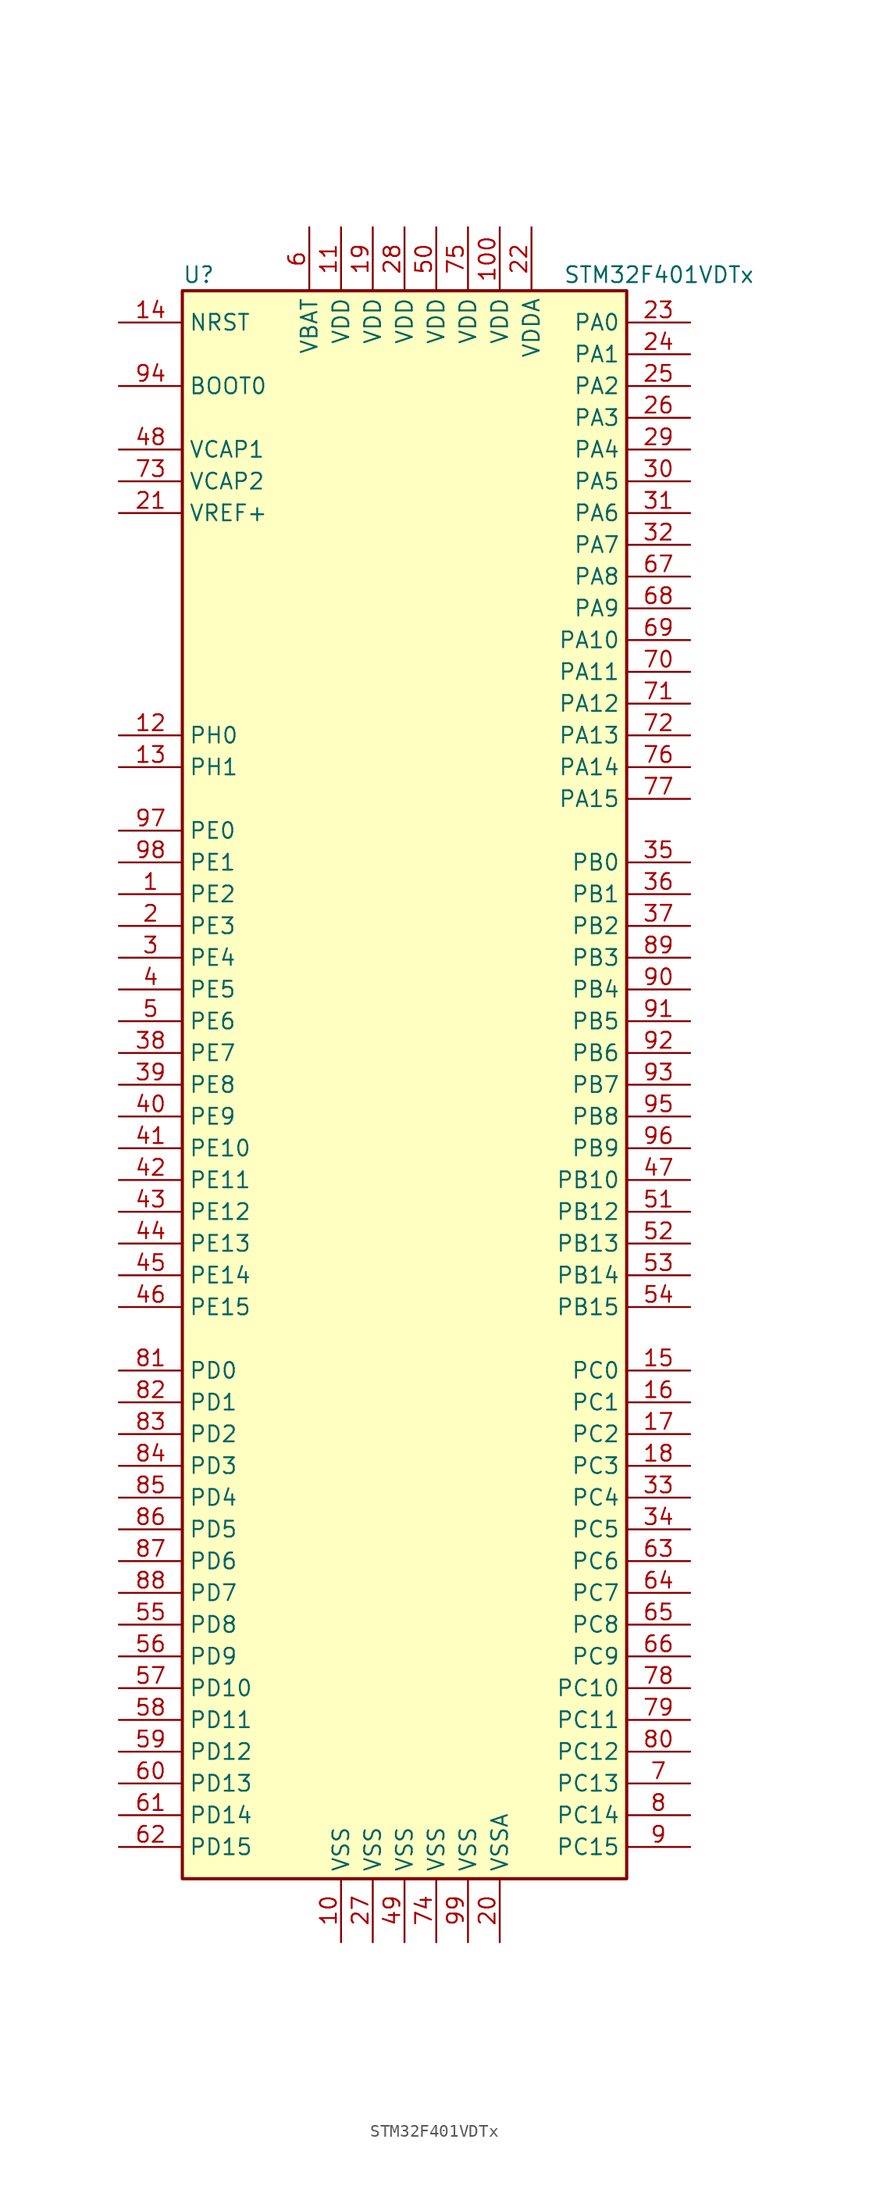
<source format=kicad_sym>
(kicad_symbol_lib
  (version 20201005)
  (generator kicad_symbol_editor)
  (symbol "STM32F401VDTx"
    (property "Reference" "U"
      (at -17.78 64.77 0)
      (effects (font (size 1.27 1.27)) (justify left)))
    (property "Value" "STM32F401VDTx"
      (at 12.7 64.77 0)
      (effects (font (size 1.27 1.27)) (justify left)))
    (symbol "STM32F401VDTx_0_1"
      (rectangle (start -17.78 -63.5) (end 17.78 63.5) (stroke (width 0.254)) (fill (type background))))
    (symbol "STM32F401VDTx_1_1"
      (pin bidirectional line (at -22.86 15.24 0) (length 5.08) (name "PE2" (effects (font (size 1.27 1.27)))) (number "1" (effects (font (size 1.27 1.27)))))
      (pin power_in line (at -5.08 -68.58 90) (length 5.08) (name "VSS" (effects (font (size 1.27 1.27)))) (number "10" (effects (font (size 1.27 1.27)))))
      (pin power_in line (at 7.62 68.58 270) (length 5.08) (name "VDD" (effects (font (size 1.27 1.27)))) (number "100" (effects (font (size 1.27 1.27)))))
      (pin power_in line (at -5.08 68.58 270) (length 5.08) (name "VDD" (effects (font (size 1.27 1.27)))) (number "11" (effects (font (size 1.27 1.27)))))
      (pin input line (at -22.86 27.94 0) (length 5.08) (name "PH0" (effects (font (size 1.27 1.27)))) (number "12" (effects (font (size 1.27 1.27)))))
      (pin input line (at -22.86 25.4 0) (length 5.08) (name "PH1" (effects (font (size 1.27 1.27)))) (number "13" (effects (font (size 1.27 1.27)))))
      (pin input line (at -22.86 60.96 0) (length 5.08) (name "NRST" (effects (font (size 1.27 1.27)))) (number "14" (effects (font (size 1.27 1.27)))))
      (pin bidirectional line (at 22.86 -22.86 180) (length 5.08) (name "PC0" (effects (font (size 1.27 1.27)))) (number "15" (effects (font (size 1.27 1.27)))))
      (pin bidirectional line (at 22.86 -25.4 180) (length 5.08) (name "PC1" (effects (font (size 1.27 1.27)))) (number "16" (effects (font (size 1.27 1.27)))))
      (pin bidirectional line (at 22.86 -27.94 180) (length 5.08) (name "PC2" (effects (font (size 1.27 1.27)))) (number "17" (effects (font (size 1.27 1.27)))))
      (pin bidirectional line (at 22.86 -30.48 180) (length 5.08) (name "PC3" (effects (font (size 1.27 1.27)))) (number "18" (effects (font (size 1.27 1.27)))))
      (pin power_in line (at -2.54 68.58 270) (length 5.08) (name "VDD" (effects (font (size 1.27 1.27)))) (number "19" (effects (font (size 1.27 1.27)))))
      (pin bidirectional line (at -22.86 12.7 0) (length 5.08) (name "PE3" (effects (font (size 1.27 1.27)))) (number "2" (effects (font (size 1.27 1.27)))))
      (pin power_in line (at 7.62 -68.58 90) (length 5.08) (name "VSSA" (effects (font (size 1.27 1.27)))) (number "20" (effects (font (size 1.27 1.27)))))
      (pin power_in line (at -22.86 45.72 0) (length 5.08) (name "VREF+" (effects (font (size 1.27 1.27)))) (number "21" (effects (font (size 1.27 1.27)))))
      (pin power_in line (at 10.16 68.58 270) (length 5.08) (name "VDDA" (effects (font (size 1.27 1.27)))) (number "22" (effects (font (size 1.27 1.27)))))
      (pin bidirectional line (at 22.86 60.96 180) (length 5.08) (name "PA0" (effects (font (size 1.27 1.27)))) (number "23" (effects (font (size 1.27 1.27)))))
      (pin bidirectional line (at 22.86 58.42 180) (length 5.08) (name "PA1" (effects (font (size 1.27 1.27)))) (number "24" (effects (font (size 1.27 1.27)))))
      (pin bidirectional line (at 22.86 55.88 180) (length 5.08) (name "PA2" (effects (font (size 1.27 1.27)))) (number "25" (effects (font (size 1.27 1.27)))))
      (pin bidirectional line (at 22.86 53.34 180) (length 5.08) (name "PA3" (effects (font (size 1.27 1.27)))) (number "26" (effects (font (size 1.27 1.27)))))
      (pin power_in line (at -2.54 -68.58 90) (length 5.08) (name "VSS" (effects (font (size 1.27 1.27)))) (number "27" (effects (font (size 1.27 1.27)))))
      (pin power_in line (at 0 68.58 270) (length 5.08) (name "VDD" (effects (font (size 1.27 1.27)))) (number "28" (effects (font (size 1.27 1.27)))))
      (pin bidirectional line (at 22.86 50.8 180) (length 5.08) (name "PA4" (effects (font (size 1.27 1.27)))) (number "29" (effects (font (size 1.27 1.27)))))
      (pin bidirectional line (at -22.86 10.16 0) (length 5.08) (name "PE4" (effects (font (size 1.27 1.27)))) (number "3" (effects (font (size 1.27 1.27)))))
      (pin bidirectional line (at 22.86 48.26 180) (length 5.08) (name "PA5" (effects (font (size 1.27 1.27)))) (number "30" (effects (font (size 1.27 1.27)))))
      (pin bidirectional line (at 22.86 45.72 180) (length 5.08) (name "PA6" (effects (font (size 1.27 1.27)))) (number "31" (effects (font (size 1.27 1.27)))))
      (pin bidirectional line (at 22.86 43.18 180) (length 5.08) (name "PA7" (effects (font (size 1.27 1.27)))) (number "32" (effects (font (size 1.27 1.27)))))
      (pin bidirectional line (at 22.86 -33.02 180) (length 5.08) (name "PC4" (effects (font (size 1.27 1.27)))) (number "33" (effects (font (size 1.27 1.27)))))
      (pin bidirectional line (at 22.86 -35.56 180) (length 5.08) (name "PC5" (effects (font (size 1.27 1.27)))) (number "34" (effects (font (size 1.27 1.27)))))
      (pin bidirectional line (at 22.86 17.78 180) (length 5.08) (name "PB0" (effects (font (size 1.27 1.27)))) (number "35" (effects (font (size 1.27 1.27)))))
      (pin bidirectional line (at 22.86 15.24 180) (length 5.08) (name "PB1" (effects (font (size 1.27 1.27)))) (number "36" (effects (font (size 1.27 1.27)))))
      (pin bidirectional line (at 22.86 12.7 180) (length 5.08) (name "PB2" (effects (font (size 1.27 1.27)))) (number "37" (effects (font (size 1.27 1.27)))))
      (pin bidirectional line (at -22.86 2.54 0) (length 5.08) (name "PE7" (effects (font (size 1.27 1.27)))) (number "38" (effects (font (size 1.27 1.27)))))
      (pin bidirectional line (at -22.86 0 0) (length 5.08) (name "PE8" (effects (font (size 1.27 1.27)))) (number "39" (effects (font (size 1.27 1.27)))))
      (pin bidirectional line (at -22.86 7.62 0) (length 5.08) (name "PE5" (effects (font (size 1.27 1.27)))) (number "4" (effects (font (size 1.27 1.27)))))
      (pin bidirectional line (at -22.86 -2.54 0) (length 5.08) (name "PE9" (effects (font (size 1.27 1.27)))) (number "40" (effects (font (size 1.27 1.27)))))
      (pin bidirectional line (at -22.86 -5.08 0) (length 5.08) (name "PE10" (effects (font (size 1.27 1.27)))) (number "41" (effects (font (size 1.27 1.27)))))
      (pin bidirectional line (at -22.86 -7.62 0) (length 5.08) (name "PE11" (effects (font (size 1.27 1.27)))) (number "42" (effects (font (size 1.27 1.27)))))
      (pin bidirectional line (at -22.86 -10.16 0) (length 5.08) (name "PE12" (effects (font (size 1.27 1.27)))) (number "43" (effects (font (size 1.27 1.27)))))
      (pin bidirectional line (at -22.86 -12.7 0) (length 5.08) (name "PE13" (effects (font (size 1.27 1.27)))) (number "44" (effects (font (size 1.27 1.27)))))
      (pin bidirectional line (at -22.86 -15.24 0) (length 5.08) (name "PE14" (effects (font (size 1.27 1.27)))) (number "45" (effects (font (size 1.27 1.27)))))
      (pin bidirectional line (at -22.86 -17.78 0) (length 5.08) (name "PE15" (effects (font (size 1.27 1.27)))) (number "46" (effects (font (size 1.27 1.27)))))
      (pin bidirectional line (at 22.86 -7.62 180) (length 5.08) (name "PB10" (effects (font (size 1.27 1.27)))) (number "47" (effects (font (size 1.27 1.27)))))
      (pin power_in line (at -22.86 50.8 0) (length 5.08) (name "VCAP1" (effects (font (size 1.27 1.27)))) (number "48" (effects (font (size 1.27 1.27)))))
      (pin power_in line (at 0 -68.58 90) (length 5.08) (name "VSS" (effects (font (size 1.27 1.27)))) (number "49" (effects (font (size 1.27 1.27)))))
      (pin bidirectional line (at -22.86 5.08 0) (length 5.08) (name "PE6" (effects (font (size 1.27 1.27)))) (number "5" (effects (font (size 1.27 1.27)))))
      (pin power_in line (at 2.54 68.58 270) (length 5.08) (name "VDD" (effects (font (size 1.27 1.27)))) (number "50" (effects (font (size 1.27 1.27)))))
      (pin bidirectional line (at 22.86 -10.16 180) (length 5.08) (name "PB12" (effects (font (size 1.27 1.27)))) (number "51" (effects (font (size 1.27 1.27)))))
      (pin bidirectional line (at 22.86 -12.7 180) (length 5.08) (name "PB13" (effects (font (size 1.27 1.27)))) (number "52" (effects (font (size 1.27 1.27)))))
      (pin bidirectional line (at 22.86 -15.24 180) (length 5.08) (name "PB14" (effects (font (size 1.27 1.27)))) (number "53" (effects (font (size 1.27 1.27)))))
      (pin bidirectional line (at 22.86 -17.78 180) (length 5.08) (name "PB15" (effects (font (size 1.27 1.27)))) (number "54" (effects (font (size 1.27 1.27)))))
      (pin bidirectional line (at -22.86 -43.18 0) (length 5.08) (name "PD8" (effects (font (size 1.27 1.27)))) (number "55" (effects (font (size 1.27 1.27)))))
      (pin bidirectional line (at -22.86 -45.72 0) (length 5.08) (name "PD9" (effects (font (size 1.27 1.27)))) (number "56" (effects (font (size 1.27 1.27)))))
      (pin bidirectional line (at -22.86 -48.26 0) (length 5.08) (name "PD10" (effects (font (size 1.27 1.27)))) (number "57" (effects (font (size 1.27 1.27)))))
      (pin bidirectional line (at -22.86 -50.8 0) (length 5.08) (name "PD11" (effects (font (size 1.27 1.27)))) (number "58" (effects (font (size 1.27 1.27)))))
      (pin bidirectional line (at -22.86 -53.34 0) (length 5.08) (name "PD12" (effects (font (size 1.27 1.27)))) (number "59" (effects (font (size 1.27 1.27)))))
      (pin power_in line (at -7.62 68.58 270) (length 5.08) (name "VBAT" (effects (font (size 1.27 1.27)))) (number "6" (effects (font (size 1.27 1.27)))))
      (pin bidirectional line (at -22.86 -55.88 0) (length 5.08) (name "PD13" (effects (font (size 1.27 1.27)))) (number "60" (effects (font (size 1.27 1.27)))))
      (pin bidirectional line (at -22.86 -58.42 0) (length 5.08) (name "PD14" (effects (font (size 1.27 1.27)))) (number "61" (effects (font (size 1.27 1.27)))))
      (pin bidirectional line (at -22.86 -60.96 0) (length 5.08) (name "PD15" (effects (font (size 1.27 1.27)))) (number "62" (effects (font (size 1.27 1.27)))))
      (pin bidirectional line (at 22.86 -38.1 180) (length 5.08) (name "PC6" (effects (font (size 1.27 1.27)))) (number "63" (effects (font (size 1.27 1.27)))))
      (pin bidirectional line (at 22.86 -40.64 180) (length 5.08) (name "PC7" (effects (font (size 1.27 1.27)))) (number "64" (effects (font (size 1.27 1.27)))))
      (pin bidirectional line (at 22.86 -43.18 180) (length 5.08) (name "PC8" (effects (font (size 1.27 1.27)))) (number "65" (effects (font (size 1.27 1.27)))))
      (pin bidirectional line (at 22.86 -45.72 180) (length 5.08) (name "PC9" (effects (font (size 1.27 1.27)))) (number "66" (effects (font (size 1.27 1.27)))))
      (pin bidirectional line (at 22.86 40.64 180) (length 5.08) (name "PA8" (effects (font (size 1.27 1.27)))) (number "67" (effects (font (size 1.27 1.27)))))
      (pin bidirectional line (at 22.86 38.1 180) (length 5.08) (name "PA9" (effects (font (size 1.27 1.27)))) (number "68" (effects (font (size 1.27 1.27)))))
      (pin bidirectional line (at 22.86 35.56 180) (length 5.08) (name "PA10" (effects (font (size 1.27 1.27)))) (number "69" (effects (font (size 1.27 1.27)))))
      (pin bidirectional line (at 22.86 -55.88 180) (length 5.08) (name "PC13" (effects (font (size 1.27 1.27)))) (number "7" (effects (font (size 1.27 1.27)))))
      (pin bidirectional line (at 22.86 33.02 180) (length 5.08) (name "PA11" (effects (font (size 1.27 1.27)))) (number "70" (effects (font (size 1.27 1.27)))))
      (pin bidirectional line (at 22.86 30.48 180) (length 5.08) (name "PA12" (effects (font (size 1.27 1.27)))) (number "71" (effects (font (size 1.27 1.27)))))
      (pin bidirectional line (at 22.86 27.94 180) (length 5.08) (name "PA13" (effects (font (size 1.27 1.27)))) (number "72" (effects (font (size 1.27 1.27)))))
      (pin power_in line (at -22.86 48.26 0) (length 5.08) (name "VCAP2" (effects (font (size 1.27 1.27)))) (number "73" (effects (font (size 1.27 1.27)))))
      (pin power_in line (at 2.54 -68.58 90) (length 5.08) (name "VSS" (effects (font (size 1.27 1.27)))) (number "74" (effects (font (size 1.27 1.27)))))
      (pin power_in line (at 5.08 68.58 270) (length 5.08) (name "VDD" (effects (font (size 1.27 1.27)))) (number "75" (effects (font (size 1.27 1.27)))))
      (pin bidirectional line (at 22.86 25.4 180) (length 5.08) (name "PA14" (effects (font (size 1.27 1.27)))) (number "76" (effects (font (size 1.27 1.27)))))
      (pin bidirectional line (at 22.86 22.86 180) (length 5.08) (name "PA15" (effects (font (size 1.27 1.27)))) (number "77" (effects (font (size 1.27 1.27)))))
      (pin bidirectional line (at 22.86 -48.26 180) (length 5.08) (name "PC10" (effects (font (size 1.27 1.27)))) (number "78" (effects (font (size 1.27 1.27)))))
      (pin bidirectional line (at 22.86 -50.8 180) (length 5.08) (name "PC11" (effects (font (size 1.27 1.27)))) (number "79" (effects (font (size 1.27 1.27)))))
      (pin bidirectional line (at 22.86 -58.42 180) (length 5.08) (name "PC14" (effects (font (size 1.27 1.27)))) (number "8" (effects (font (size 1.27 1.27)))))
      (pin bidirectional line (at 22.86 -53.34 180) (length 5.08) (name "PC12" (effects (font (size 1.27 1.27)))) (number "80" (effects (font (size 1.27 1.27)))))
      (pin bidirectional line (at -22.86 -22.86 0) (length 5.08) (name "PD0" (effects (font (size 1.27 1.27)))) (number "81" (effects (font (size 1.27 1.27)))))
      (pin bidirectional line (at -22.86 -25.4 0) (length 5.08) (name "PD1" (effects (font (size 1.27 1.27)))) (number "82" (effects (font (size 1.27 1.27)))))
      (pin bidirectional line (at -22.86 -27.94 0) (length 5.08) (name "PD2" (effects (font (size 1.27 1.27)))) (number "83" (effects (font (size 1.27 1.27)))))
      (pin bidirectional line (at -22.86 -30.48 0) (length 5.08) (name "PD3" (effects (font (size 1.27 1.27)))) (number "84" (effects (font (size 1.27 1.27)))))
      (pin bidirectional line (at -22.86 -33.02 0) (length 5.08) (name "PD4" (effects (font (size 1.27 1.27)))) (number "85" (effects (font (size 1.27 1.27)))))
      (pin bidirectional line (at -22.86 -35.56 0) (length 5.08) (name "PD5" (effects (font (size 1.27 1.27)))) (number "86" (effects (font (size 1.27 1.27)))))
      (pin bidirectional line (at -22.86 -38.1 0) (length 5.08) (name "PD6" (effects (font (size 1.27 1.27)))) (number "87" (effects (font (size 1.27 1.27)))))
      (pin bidirectional line (at -22.86 -40.64 0) (length 5.08) (name "PD7" (effects (font (size 1.27 1.27)))) (number "88" (effects (font (size 1.27 1.27)))))
      (pin bidirectional line (at 22.86 10.16 180) (length 5.08) (name "PB3" (effects (font (size 1.27 1.27)))) (number "89" (effects (font (size 1.27 1.27)))))
      (pin bidirectional line (at 22.86 -60.96 180) (length 5.08) (name "PC15" (effects (font (size 1.27 1.27)))) (number "9" (effects (font (size 1.27 1.27)))))
      (pin bidirectional line (at 22.86 7.62 180) (length 5.08) (name "PB4" (effects (font (size 1.27 1.27)))) (number "90" (effects (font (size 1.27 1.27)))))
      (pin bidirectional line (at 22.86 5.08 180) (length 5.08) (name "PB5" (effects (font (size 1.27 1.27)))) (number "91" (effects (font (size 1.27 1.27)))))
      (pin bidirectional line (at 22.86 2.54 180) (length 5.08) (name "PB6" (effects (font (size 1.27 1.27)))) (number "92" (effects (font (size 1.27 1.27)))))
      (pin bidirectional line (at 22.86 0 180) (length 5.08) (name "PB7" (effects (font (size 1.27 1.27)))) (number "93" (effects (font (size 1.27 1.27)))))
      (pin input line (at -22.86 55.88 0) (length 5.08) (name "BOOT0" (effects (font (size 1.27 1.27)))) (number "94" (effects (font (size 1.27 1.27)))))
      (pin bidirectional line (at 22.86 -2.54 180) (length 5.08) (name "PB8" (effects (font (size 1.27 1.27)))) (number "95" (effects (font (size 1.27 1.27)))))
      (pin bidirectional line (at 22.86 -5.08 180) (length 5.08) (name "PB9" (effects (font (size 1.27 1.27)))) (number "96" (effects (font (size 1.27 1.27)))))
      (pin bidirectional line (at -22.86 20.32 0) (length 5.08) (name "PE0" (effects (font (size 1.27 1.27)))) (number "97" (effects (font (size 1.27 1.27)))))
      (pin bidirectional line (at -22.86 17.78 0) (length 5.08) (name "PE1" (effects (font (size 1.27 1.27)))) (number "98" (effects (font (size 1.27 1.27)))))
      (pin power_in line (at 5.08 -68.58 90) (length 5.08) (name "VSS" (effects (font (size 1.27 1.27)))) (number "99" (effects (font (size 1.27 1.27))))))))
</source>
